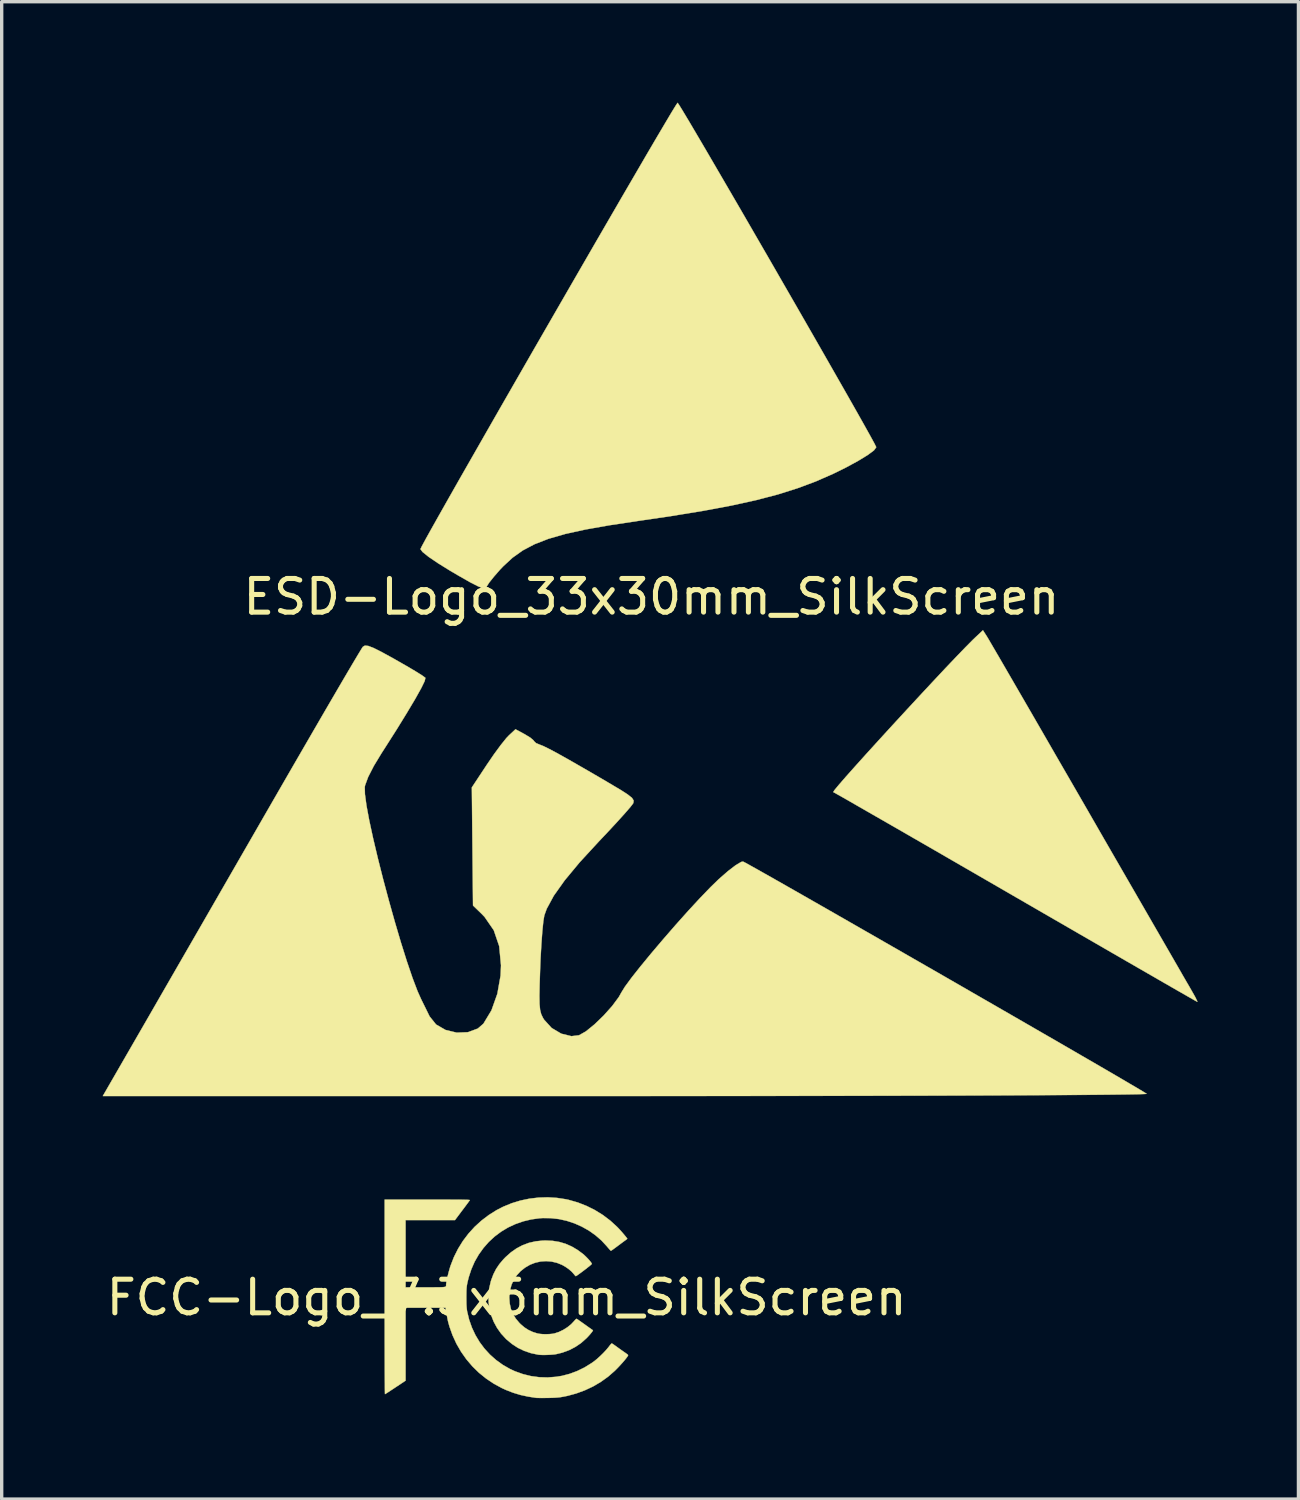
<source format=kicad_pcb>
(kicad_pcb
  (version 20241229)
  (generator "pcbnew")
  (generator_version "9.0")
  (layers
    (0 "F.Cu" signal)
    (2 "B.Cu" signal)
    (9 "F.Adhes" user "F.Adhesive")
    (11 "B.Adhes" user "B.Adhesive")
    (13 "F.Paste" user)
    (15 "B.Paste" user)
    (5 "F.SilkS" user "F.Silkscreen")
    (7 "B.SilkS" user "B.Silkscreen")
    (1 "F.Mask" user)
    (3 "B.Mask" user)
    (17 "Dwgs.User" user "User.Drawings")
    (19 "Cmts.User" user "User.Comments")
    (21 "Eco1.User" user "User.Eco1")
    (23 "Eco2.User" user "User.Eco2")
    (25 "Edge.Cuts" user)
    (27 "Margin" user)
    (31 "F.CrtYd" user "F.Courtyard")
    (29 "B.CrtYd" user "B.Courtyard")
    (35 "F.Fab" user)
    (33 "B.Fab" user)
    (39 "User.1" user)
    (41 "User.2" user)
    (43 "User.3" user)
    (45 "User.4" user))
  (footprint "ESD-Logo_33x30mm_SilkScreen"
    (layer "F.Cu")
    (at 16.31 14.686)
    (property "Reference" "ESD-Logo_33x30mm_SilkScreen" (at 0 0 0) (layer "F.SilkS") (effects (font (size 1 1) (thickness 0.15))))
    (attr exclude_from_pos_files exclude_from_bom)
    (fp_poly (pts (xy 9.968 1.177) (xy 10.025 1.272) (xy 10.153 1.492) (xy 10.347 1.824) (xy 10.598 2.257) (xy 10.902 2.782) (xy 11.252 3.386) (xy 11.641 4.059) (xy 12.063 4.791) (xy 12.513 5.569) (xy 12.975 6.369) (xy 13.446 7.188) (xy 13.899 7.973) (xy 14.327 8.714) (xy 14.723 9.4) (xy 15.08 10.019) (xy 15.392 10.559) (xy 15.652 11.01) (xy 15.854 11.361) (xy 15.992 11.598) (xy 16.056 11.71) (xy 16.162 11.898) (xy 16.219 12.016) (xy 16.222 12.036) (xy 16.152 11.998) (xy 15.958 11.887) (xy 15.65 11.711) (xy 15.238 11.474) (xy 14.732 11.182) (xy 14.142 10.842) (xy 13.479 10.459) (xy 12.752 10.039) (xy 11.972 9.588) (xy 11.149 9.112) (xy 10.836 8.931) (xy 9.998 8.446) (xy 9.198 7.984) (xy 8.448 7.55) (xy 7.756 7.151) (xy 7.133 6.792) (xy 6.589 6.48) (xy 6.135 6.219) (xy 5.782 6.016) (xy 5.538 5.878) (xy 5.415 5.809) (xy 5.402 5.803) (xy 5.439 5.744) (xy 5.57 5.586) (xy 5.78 5.344) (xy 6.057 5.033) (xy 6.387 4.666) (xy 6.757 4.259) (xy 7.153 3.826) (xy 7.562 3.382) (xy 7.971 2.94) (xy 8.366 2.516) (xy 8.734 2.123) (xy 9.062 1.778) (xy 9.337 1.493) (xy 9.544 1.284) (xy 9.615 1.216) (xy 9.851 0.994) (xy 9.968 1.177)) (stroke (width 0.01) (type solid)) (fill yes) (layer "F.SilkS"))
    (fp_poly (pts (xy 0.823 -14.615) (xy 0.938 -14.428) (xy 1.116 -14.131) (xy 1.349 -13.736) (xy 1.63 -13.258) (xy 1.951 -12.707) (xy 2.306 -12.098) (xy 2.687 -11.443) (xy 3.086 -10.753) (xy 3.497 -10.043) (xy 3.911 -9.324) (xy 4.323 -8.609) (xy 4.724 -7.911) (xy 5.107 -7.243) (xy 5.465 -6.616) (xy 5.791 -6.045) (xy 6.077 -5.541) (xy 6.316 -5.117) (xy 6.501 -4.785) (xy 6.624 -4.56) (xy 6.678 -4.452) (xy 6.68 -4.445) (xy 6.613 -4.353) (xy 6.425 -4.213) (xy 6.14 -4.039) (xy 5.779 -3.843) (xy 5.402 -3.657) (xy 4.888 -3.431) (xy 4.347 -3.229) (xy 3.762 -3.044) (xy 3.113 -2.874) (xy 2.381 -2.713) (xy 1.548 -2.557) (xy 0.596 -2.401) (xy -0.389 -2.256) (xy -1.245 -2.127) (xy -1.963 -2) (xy -2.563 -1.868) (xy -3.061 -1.724) (xy -3.477 -1.562) (xy -3.827 -1.377) (xy -4.13 -1.161) (xy -4.404 -0.908) (xy -4.493 -0.815) (xy -4.684 -0.596) (xy -4.826 -0.418) (xy -4.892 -0.313) (xy -4.894 -0.304) (xy -4.917 -0.252) (xy -4.996 -0.251) (xy -5.149 -0.31) (xy -5.392 -0.434) (xy -5.739 -0.632) (xy -5.981 -0.774) (xy -6.341 -0.997) (xy -6.621 -1.187) (xy -6.802 -1.332) (xy -6.865 -1.417) (xy -6.865 -1.418) (xy -6.826 -1.499) (xy -6.716 -1.703) (xy -6.541 -2.018) (xy -6.307 -2.434) (xy -6.022 -2.938) (xy -5.691 -3.521) (xy -5.32 -4.17) (xy -4.917 -4.875) (xy -4.488 -5.625) (xy -4.038 -6.408) (xy -3.575 -7.214) (xy -3.104 -8.031) (xy -2.633 -8.848) (xy -2.167 -9.655) (xy -1.714 -10.439) (xy -1.278 -11.191) (xy -0.868 -11.898) (xy -0.488 -12.55) (xy -0.147 -13.136) (xy 0.151 -13.644) (xy 0.399 -14.063) (xy 0.589 -14.383) (xy 0.717 -14.592) (xy 0.775 -14.679) (xy 0.777 -14.681) (xy 0.823 -14.615)) (stroke (width 0.01) (type solid)) (fill yes) (layer "F.SilkS"))
    (fp_poly (pts (xy -8.415 1.46) (xy -8.252 1.523) (xy -8.003 1.649) (xy -7.646 1.845) (xy -7.619 1.861) (xy -7.29 2.049) (xy -7.012 2.213) (xy -6.813 2.338) (xy -6.72 2.406) (xy -6.718 2.41) (xy -6.74 2.505) (xy -6.843 2.716) (xy -7.02 3.033) (xy -7.265 3.444) (xy -7.569 3.938) (xy -7.928 4.502) (xy -8.017 4.64) (xy -8.25 5.024) (xy -8.419 5.354) (xy -8.51 5.601) (xy -8.52 5.65) (xy -8.515 5.864) (xy -8.469 6.205) (xy -8.386 6.649) (xy -8.272 7.176) (xy -8.133 7.763) (xy -7.975 8.389) (xy -7.803 9.031) (xy -7.624 9.668) (xy -7.444 10.277) (xy -7.267 10.838) (xy -7.1 11.329) (xy -6.949 11.726) (xy -6.843 11.962) (xy -6.719 12.213) (xy -6.601 12.454) (xy -6.595 12.467) (xy -6.401 12.71) (xy -6.118 12.873) (xy -5.788 12.952) (xy -5.454 12.939) (xy -5.16 12.83) (xy -4.994 12.686) (xy -4.755 12.29) (xy -4.58 11.798) (xy -4.484 11.258) (xy -4.471 10.952) (xy -4.525 10.381) (xy -4.686 9.909) (xy -4.961 9.511) (xy -5.047 9.422) (xy -5.303 9.174) (xy -5.338 5.665) (xy -4.891 4.988) (xy -4.681 4.681) (xy -4.479 4.406) (xy -4.313 4.199) (xy -4.242 4.124) (xy -4.041 3.936) (xy -3.768 4.083) (xy -3.596 4.188) (xy -3.501 4.27) (xy -3.495 4.285) (xy -3.431 4.347) (xy -3.321 4.393) (xy -3.214 4.435) (xy -3.051 4.515) (xy -2.817 4.639) (xy -2.498 4.817) (xy -2.081 5.056) (xy -1.551 5.363) (xy -1.264 5.532) (xy -0.925 5.733) (xy -0.703 5.876) (xy -0.577 5.978) (xy -0.529 6.056) (xy -0.539 6.126) (xy -0.547 6.143) (xy -0.625 6.245) (xy -0.792 6.438) (xy -1.028 6.699) (xy -1.314 7.007) (xy -1.561 7.268) (xy -2.131 7.887) (xy -2.577 8.424) (xy -2.903 8.883) (xy -3.113 9.271) (xy -3.184 9.468) (xy -3.213 9.641) (xy -3.243 9.935) (xy -3.271 10.317) (xy -3.296 10.754) (xy -3.307 11.03) (xy -3.323 11.507) (xy -3.33 11.856) (xy -3.326 12.104) (xy -3.309 12.277) (xy -3.277 12.402) (xy -3.228 12.505) (xy -3.189 12.569) (xy -2.967 12.813) (xy -2.68 12.983) (xy -2.379 13.057) (xy -2.153 13.03) (xy -1.948 12.914) (xy -1.692 12.706) (xy -1.419 12.442) (xy -1.167 12.16) (xy -0.97 11.894) (xy -0.898 11.765) (xy -0.79 11.589) (xy -0.593 11.321) (xy -0.325 10.982) (xy -0.005 10.593) (xy 0.35 10.175) (xy 0.721 9.748) (xy 1.091 9.334) (xy 1.442 8.954) (xy 1.756 8.628) (xy 2.002 8.389) (xy 2.276 8.15) (xy 2.506 7.974) (xy 2.667 7.879) (xy 2.721 7.868) (xy 2.803 7.91) (xy 3.008 8.024) (xy 3.323 8.201) (xy 3.738 8.436) (xy 4.239 8.721) (xy 4.817 9.051) (xy 5.457 9.417) (xy 6.15 9.814) (xy 6.882 10.234) (xy 7.643 10.671) (xy 8.42 11.117) (xy 9.201 11.567) (xy 9.975 12.013) (xy 10.73 12.448) (xy 11.454 12.866) (xy 12.136 13.26) (xy 12.762 13.623) (xy 13.323 13.948) (xy 13.805 14.229) (xy 14.197 14.459) (xy 14.488 14.63) (xy 14.664 14.736) (xy 14.716 14.77) (xy 14.647 14.776) (xy 14.43 14.783) (xy 14.071 14.789) (xy 13.58 14.795) (xy 12.962 14.801) (xy 12.224 14.806) (xy 11.375 14.811) (xy 10.421 14.816) (xy 9.369 14.82) (xy 8.227 14.824) (xy 7.003 14.827) (xy 5.702 14.83) (xy 4.332 14.832) (xy 2.902 14.834) (xy 1.417 14.835) (xy -0.115 14.836) (xy -0.758 14.836) (xy -16.305 14.836) (xy -15.196 12.914) (xy -14.961 12.507) (xy -14.659 11.982) (xy -14.3 11.359) (xy -13.893 10.653) (xy -13.449 9.883) (xy -12.978 9.065) (xy -12.491 8.219) (xy -11.996 7.36) (xy -11.505 6.507) (xy -11.381 6.292) (xy -10.928 5.506) (xy -10.496 4.759) (xy -10.091 4.06) (xy -9.721 3.422) (xy -9.391 2.856) (xy -9.108 2.372) (xy -8.878 1.982) (xy -8.708 1.697) (xy -8.605 1.528) (xy -8.576 1.485) (xy -8.516 1.45) (xy -8.415 1.46)) (stroke (width 0.01) (type solid)) (fill yes) (layer "F.SilkS")))
  (footprint "FCC-Logo_7.3x6mm_SilkScreen"
    (layer "F.Cu")
    (at 12.006 35.51)
    (property "Reference" "FCC-Logo_7.3x6mm_SilkScreen" (at 0 0 0) (layer "F.SilkS") (effects (font (size 1 1) (thickness 0.15))))
    (attr exclude_from_pos_files exclude_from_bom)
    (fp_poly (pts (xy 1.372 -1.684) (xy 1.569 -1.651) (xy 1.755 -1.596) (xy 1.935 -1.516) (xy 2.11 -1.412) (xy 2.265 -1.298) (xy 2.312 -1.257) (xy 2.362 -1.209) (xy 2.412 -1.158) (xy 2.458 -1.107) (xy 2.496 -1.061) (xy 2.522 -1.024) (xy 2.533 -1.001) (xy 2.533 -1) (xy 2.523 -0.988) (xy 2.495 -0.963) (xy 2.454 -0.928) (xy 2.401 -0.887) (xy 2.343 -0.841) (xy 2.281 -0.794) (xy 2.22 -0.748) (xy 2.163 -0.707) (xy 2.115 -0.672) (xy 2.079 -0.648) (xy 2.058 -0.636) (xy 2.055 -0.635) (xy 2.042 -0.645) (xy 2.019 -0.67) (xy 2.004 -0.69) (xy 1.936 -0.767) (xy 1.848 -0.843) (xy 1.745 -0.915) (xy 1.646 -0.971) (xy 1.494 -1.032) (xy 1.335 -1.069) (xy 1.173 -1.082) (xy 1.01 -1.071) (xy 0.85 -1.035) (xy 0.697 -0.976) (xy 0.695 -0.975) (xy 0.546 -0.888) (xy 0.415 -0.784) (xy 0.304 -0.664) (xy 0.214 -0.529) (xy 0.146 -0.381) (xy 0.102 -0.222) (xy 0.081 -0.054) (xy 0.079 0.004) (xy 0.091 0.175) (xy 0.126 0.335) (xy 0.185 0.483) (xy 0.268 0.622) (xy 0.376 0.751) (xy 0.42 0.795) (xy 0.532 0.89) (xy 0.648 0.964) (xy 0.775 1.023) (xy 0.914 1.067) (xy 0.985 1.08) (xy 1.072 1.088) (xy 1.169 1.09) (xy 1.265 1.087) (xy 1.354 1.079) (xy 1.421 1.067) (xy 1.552 1.024) (xy 1.683 0.961) (xy 1.807 0.883) (xy 1.917 0.794) (xy 1.999 0.707) (xy 2.036 0.665) (xy 2.065 0.639) (xy 2.082 0.632) (xy 2.083 0.632) (xy 2.096 0.641) (xy 2.128 0.663) (xy 2.173 0.695) (xy 2.228 0.734) (xy 2.289 0.777) (xy 2.352 0.822) (xy 2.413 0.866) (xy 2.469 0.906) (xy 2.516 0.939) (xy 2.549 0.962) (xy 2.565 0.974) (xy 2.565 0.974) (xy 2.561 0.987) (xy 2.543 1.015) (xy 2.513 1.053) (xy 2.475 1.099) (xy 2.432 1.147) (xy 2.388 1.194) (xy 2.373 1.209) (xy 2.216 1.349) (xy 2.043 1.467) (xy 1.856 1.564) (xy 1.657 1.637) (xy 1.478 1.681) (xy 1.414 1.691) (xy 1.333 1.698) (xy 1.242 1.703) (xy 1.149 1.706) (xy 1.061 1.706) (xy 0.986 1.703) (xy 0.939 1.698) (xy 0.724 1.653) (xy 0.523 1.585) (xy 0.335 1.495) (xy 0.16 1.381) (xy -0.003 1.245) (xy -0.022 1.227) (xy -0.164 1.072) (xy -0.284 0.903) (xy -0.382 0.723) (xy -0.457 0.534) (xy -0.508 0.338) (xy -0.536 0.136) (xy -0.54 -0.068) (xy -0.518 -0.273) (xy -0.471 -0.476) (xy -0.457 -0.522) (xy -0.392 -0.693) (xy -0.313 -0.848) (xy -0.216 -0.992) (xy -0.098 -1.132) (xy -0.035 -1.198) (xy 0.127 -1.342) (xy 0.296 -1.461) (xy 0.475 -1.555) (xy 0.663 -1.625) (xy 0.862 -1.67) (xy 1.072 -1.692) (xy 1.164 -1.694) (xy 1.372 -1.684)) (stroke (width 0.01) (type solid)) (fill yes) (layer "F.SilkS"))
    (fp_poly (pts (xy 1.496 -2.961) (xy 1.764 -2.92) (xy 1.845 -2.902) (xy 2.114 -2.825) (xy 2.374 -2.723) (xy 2.623 -2.599) (xy 2.86 -2.452) (xy 3.081 -2.285) (xy 3.28 -2.103) (xy 3.323 -2.059) (xy 3.37 -2.008) (xy 3.42 -1.952) (xy 3.468 -1.896) (xy 3.512 -1.844) (xy 3.548 -1.8) (xy 3.574 -1.766) (xy 3.585 -1.748) (xy 3.585 -1.746) (xy 3.575 -1.736) (xy 3.549 -1.716) (xy 3.529 -1.701) (xy 3.499 -1.68) (xy 3.453 -1.646) (xy 3.396 -1.604) (xy 3.333 -1.557) (xy 3.291 -1.525) (xy 3.231 -1.481) (xy 3.178 -1.442) (xy 3.136 -1.412) (xy 3.108 -1.394) (xy 3.099 -1.389) (xy 3.087 -1.399) (xy 3.062 -1.425) (xy 3.028 -1.464) (xy 2.986 -1.513) (xy 2.979 -1.522) (xy 2.817 -1.697) (xy 2.637 -1.853) (xy 2.442 -1.991) (xy 2.233 -2.108) (xy 2.014 -2.205) (xy 1.787 -2.28) (xy 1.553 -2.332) (xy 1.316 -2.359) (xy 1.078 -2.362) (xy 0.985 -2.357) (xy 0.733 -2.322) (xy 0.491 -2.264) (xy 0.26 -2.183) (xy 0.041 -2.081) (xy -0.165 -1.957) (xy -0.356 -1.814) (xy -0.531 -1.652) (xy -0.689 -1.472) (xy -0.829 -1.277) (xy -0.95 -1.066) (xy -1.049 -0.84) (xy -1.127 -0.602) (xy -1.161 -0.464) (xy -1.173 -0.406) (xy -1.182 -0.355) (xy -1.188 -0.306) (xy -1.192 -0.253) (xy -1.195 -0.19) (xy -1.196 -0.113) (xy -1.197 -0.016) (xy -1.197 -0.007) (xy -1.196 0.103) (xy -1.195 0.191) (xy -1.191 0.264) (xy -1.186 0.325) (xy -1.179 0.381) (xy -1.173 0.417) (xy -1.114 0.66) (xy -1.032 0.893) (xy -0.928 1.115) (xy -0.803 1.324) (xy -0.658 1.518) (xy -0.494 1.697) (xy -0.312 1.858) (xy -0.115 2) (xy 0.098 2.122) (xy 0.247 2.191) (xy 0.484 2.276) (xy 0.725 2.335) (xy 0.97 2.368) (xy 1.218 2.375) (xy 1.468 2.356) (xy 1.643 2.328) (xy 1.872 2.268) (xy 2.098 2.184) (xy 2.317 2.077) (xy 2.526 1.947) (xy 2.611 1.886) (xy 2.692 1.82) (xy 2.781 1.739) (xy 2.87 1.652) (xy 2.953 1.564) (xy 3.022 1.482) (xy 3.037 1.463) (xy 3.07 1.419) (xy 3.099 1.385) (xy 3.118 1.366) (xy 3.123 1.363) (xy 3.138 1.37) (xy 3.169 1.39) (xy 3.213 1.421) (xy 3.266 1.458) (xy 3.284 1.472) (xy 3.348 1.518) (xy 3.414 1.565) (xy 3.474 1.607) (xy 3.52 1.639) (xy 3.522 1.64) (xy 3.564 1.67) (xy 3.595 1.694) (xy 3.61 1.71) (xy 3.611 1.712) (xy 3.603 1.734) (xy 3.578 1.771) (xy 3.54 1.821) (xy 3.491 1.881) (xy 3.433 1.947) (xy 3.37 2.017) (xy 3.304 2.087) (xy 3.237 2.155) (xy 3.213 2.179) (xy 3.016 2.351) (xy 2.8 2.506) (xy 2.569 2.642) (xy 2.324 2.757) (xy 2.068 2.851) (xy 1.803 2.923) (xy 1.667 2.95) (xy 1.595 2.962) (xy 1.523 2.97) (xy 1.444 2.976) (xy 1.353 2.98) (xy 1.243 2.983) (xy 1.217 2.983) (xy 1.13 2.984) (xy 1.049 2.985) (xy 0.979 2.984) (xy 0.925 2.983) (xy 0.892 2.982) (xy 0.886 2.982) (xy 0.638 2.944) (xy 0.408 2.894) (xy 0.19 2.828) (xy -0.023 2.745) (xy -0.139 2.692) (xy -0.382 2.56) (xy -0.61 2.407) (xy -0.823 2.235) (xy -1.018 2.044) (xy -1.196 1.835) (xy -1.353 1.612) (xy -1.491 1.374) (xy -1.606 1.124) (xy -1.699 0.863) (xy -1.733 0.741) (xy -1.743 0.701) (xy -1.752 0.66) (xy -1.761 0.613) (xy -1.772 0.555) (xy -1.784 0.482) (xy -1.8 0.39) (xy -1.807 0.347) (xy -1.814 0.304) (xy -3.003 0.304) (xy -3.003 2.47) (xy -3.304 2.67) (xy -3.384 2.723) (xy -3.456 2.77) (xy -3.518 2.811) (xy -3.567 2.842) (xy -3.601 2.863) (xy -3.615 2.871) (xy -3.615 2.871) (xy -3.616 2.858) (xy -3.617 2.819) (xy -3.618 2.757) (xy -3.619 2.672) (xy -3.619 2.565) (xy -3.62 2.438) (xy -3.621 2.291) (xy -3.622 2.126) (xy -3.622 1.945) (xy -3.623 1.748) (xy -3.623 1.536) (xy -3.624 1.311) (xy -3.624 1.074) (xy -3.624 0.826) (xy -3.625 0.568) (xy -3.625 0.302) (xy -3.625 0.029) (xy -3.625 -0.02) (xy -3.625 -2.91) (xy -2.354 -2.91) (xy -2.135 -2.91) (xy -1.941 -2.91) (xy -1.771 -2.91) (xy -1.624 -2.909) (xy -1.498 -2.909) (xy -1.391 -2.908) (xy -1.304 -2.907) (xy -1.233 -2.905) (xy -1.179 -2.904) (xy -1.139 -2.902) (xy -1.112 -2.9) (xy -1.097 -2.897) (xy -1.093 -2.894) (xy -1.093 -2.894) (xy -1.104 -2.879) (xy -1.128 -2.846) (xy -1.163 -2.798) (xy -1.208 -2.738) (xy -1.26 -2.668) (xy -1.318 -2.591) (xy -1.319 -2.59) (xy -1.535 -2.302) (xy -3.003 -2.302) (xy -3.003 -0.304) (xy -2.409 -0.304) (xy -2.266 -0.304) (xy -2.147 -0.304) (xy -2.05 -0.305) (xy -1.973 -0.306) (xy -1.914 -0.308) (xy -1.87 -0.311) (xy -1.838 -0.316) (xy -1.818 -0.322) (xy -1.806 -0.33) (xy -1.8 -0.341) (xy -1.799 -0.354) (xy -1.799 -0.371) (xy -1.799 -0.38) (xy -1.795 -0.423) (xy -1.785 -0.485) (xy -1.769 -0.563) (xy -1.749 -0.65) (xy -1.726 -0.741) (xy -1.701 -0.832) (xy -1.676 -0.916) (xy -1.667 -0.944) (xy -1.567 -1.201) (xy -1.444 -1.447) (xy -1.3 -1.68) (xy -1.135 -1.898) (xy -0.951 -2.101) (xy -0.748 -2.286) (xy -0.53 -2.452) (xy -0.296 -2.599) (xy -0.101 -2.699) (xy 0.15 -2.802) (xy 0.411 -2.882) (xy 0.679 -2.938) (xy 0.951 -2.97) (xy 1.225 -2.978) (xy 1.496 -2.961)) (stroke (width 0.01) (type solid)) (fill yes) (layer "F.SilkS")))
  (gr_rect
    (start -3 -3)
    (end 35.537 41.499)
    (stroke (width 0.1) (type default))
    (fill no)
    (layer "Edge.Cuts")))
</source>
